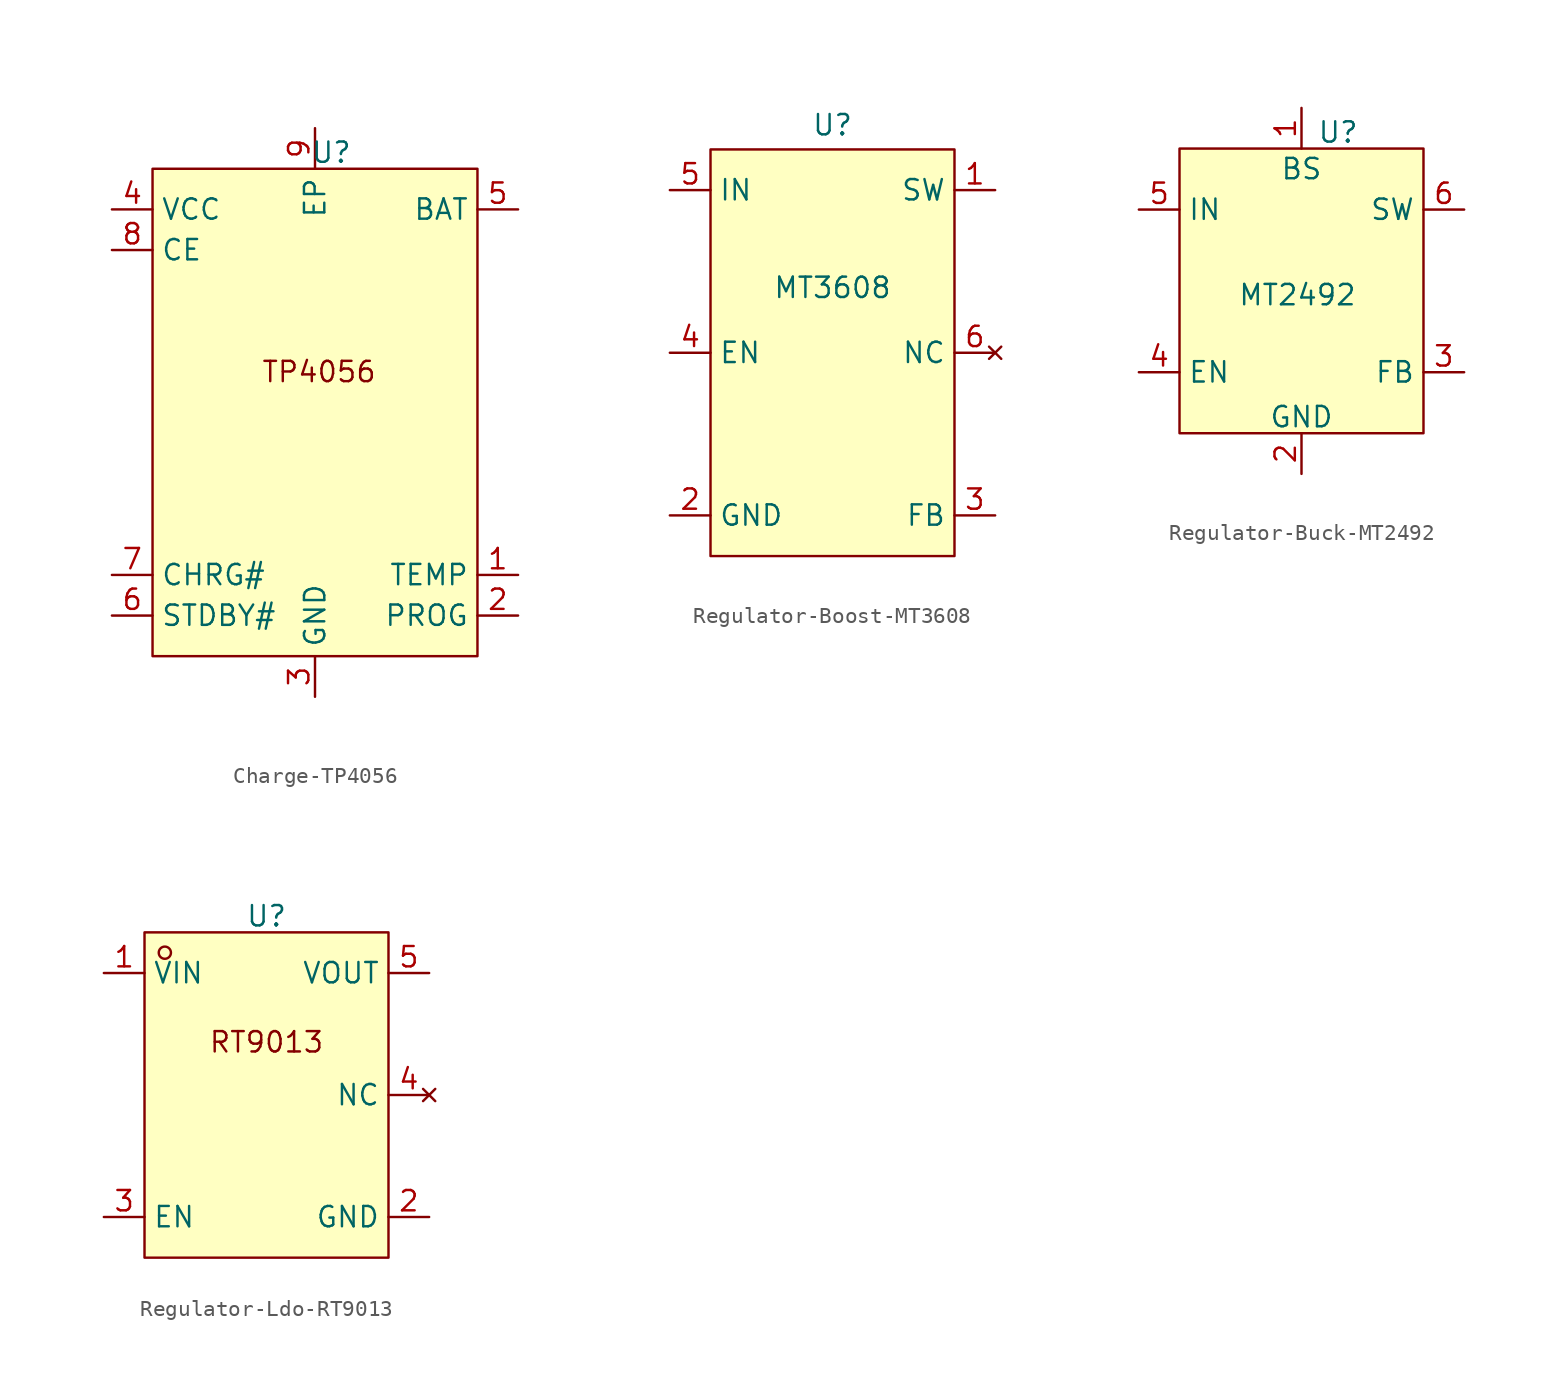
<source format=kicad_sym>
(kicad_symbol_lib
  (version 20241209)
  (generator "kicad_symbol_editor")
  (generator_version "9.0")
  (symbol "Charge-TP4056"
    (property "Reference" "U"
      (at 1.016 8.636 0)
      (effects (font (size 1.27 1.27))))
    (property "Value" ""
      (at 0 0 0)
      (effects (font (size 1.27 1.27))))
    (symbol "Charge-TP4056_1_0"
      (rectangle (start -10.16 7.62) (end 10.16 -22.86) (stroke (width 0) (type default)) (fill (type background)))
      (pin unspecified line (at -12.7 5.08 0) (length 2.54) (name "VCC" (effects (font (size 1.27 1.27)))) (number "4" (effects (font (size 1.27 1.27)))))
      (pin unspecified line (at -12.7 2.54 0) (length 2.54) (name "CE" (effects (font (size 1.27 1.27)))) (number "8" (effects (font (size 1.27 1.27)))))
      (pin unspecified line (at -12.7 -17.78 0) (length 2.54) (name "CHRG#" (effects (font (size 1.27 1.27)))) (number "7" (effects (font (size 1.27 1.27)))))
      (pin unspecified line (at -12.7 -20.32 0) (length 2.54) (name "STDBY#" (effects (font (size 1.27 1.27)))) (number "6" (effects (font (size 1.27 1.27)))))
      (pin unspecified line (at 0 10.16 270) (length 2.54) (name "EP" (effects (font (size 1.27 1.27)))) (number "9" (effects (font (size 1.27 1.27)))))
      (pin unspecified line (at 0 -25.4 90) (length 2.54) (name "GND" (effects (font (size 1.27 1.27)))) (number "3" (effects (font (size 1.27 1.27)))))
      (pin unspecified line (at 12.7 5.08 180) (length 2.54) (name "BAT" (effects (font (size 1.27 1.27)))) (number "5" (effects (font (size 1.27 1.27)))))
      (pin unspecified line (at 12.7 -17.78 180) (length 2.54) (name "TEMP" (effects (font (size 1.27 1.27)))) (number "1" (effects (font (size 1.27 1.27)))))
      (pin unspecified line (at 12.7 -20.32 180) (length 2.54) (name "PROG" (effects (font (size 1.27 1.27)))) (number "2" (effects (font (size 1.27 1.27))))))
    (symbol "Charge-TP4056_1_1"
      (text "TP4056" (at 0.254 -5.08 0) (effects (font (size 1.27 1.27))))))
  (symbol "Regulator-Boost-MT3608"
    (property "Reference" "U"
      (at 0 6.604 0)
      (effects (font (size 1.27 1.27))))
    (property "Value" ""
      (at 0 0 0)
      (effects (font (size 1.27 1.27))))
    (symbol "Regulator-Boost-MT3608_1_0"
      (rectangle (start -7.62 5.08) (end 7.62 -20.32) (stroke (width 0) (type default)) (fill (type background)))
      (pin passive line (at -10.16 2.54 0) (length 2.54) (name "IN" (effects (font (size 1.27 1.27)))) (number "5" (effects (font (size 1.27 1.27)))))
      (pin passive line (at -10.16 -7.62 0) (length 2.54) (name "EN" (effects (font (size 1.27 1.27)))) (number "4" (effects (font (size 1.27 1.27)))))
      (pin passive line (at -10.16 -17.78 0) (length 2.54) (name "GND" (effects (font (size 1.27 1.27)))) (number "2" (effects (font (size 1.27 1.27)))))
      (pin passive line (at 10.16 2.54 180) (length 2.54) (name "SW" (effects (font (size 1.27 1.27)))) (number "1" (effects (font (size 1.27 1.27)))))
      (pin no_connect line (at 10.16 -7.62 180) (length 2.54) (name "NC" (effects (font (size 1.27 1.27)))) (number "6" (effects (font (size 1.27 1.27)))))
      (pin passive line (at 10.16 -17.78 180) (length 2.54) (name "FB" (effects (font (size 1.27 1.27)))) (number "3" (effects (font (size 1.27 1.27))))))
    (symbol "Regulator-Boost-MT3608_1_1"
      (text "MT3608" (at 0 -3.556 0) (effects (font (size 1.27 1.27) (color 0 100 100 1))))))
  (symbol "Regulator-Buck-MT2492"
    (property "Reference" "U"
      (at 2.286 7.366 0)
      (effects (font (size 1.27 1.27))))
    (property "Value" ""
      (at 0 0 0)
      (effects (font (size 1.27 1.27))))
    (symbol "Regulator-Buck-MT2492_1_0"
      (rectangle (start -7.62 6.35) (end 7.62 -11.43) (stroke (width 0) (type default)) (fill (type background)))
      (pin passive line (at -10.16 2.54 0) (length 2.54) (name "IN" (effects (font (size 1.27 1.27)))) (number "5" (effects (font (size 1.27 1.27)))))
      (pin passive line (at -10.16 -7.62 0) (length 2.54) (name "EN" (effects (font (size 1.27 1.27)))) (number "4" (effects (font (size 1.27 1.27)))))
      (pin passive line (at 0 8.89 270) (length 2.54) (name "" (effects (font (size 1.27 1.27)))) (number "1" (effects (font (size 1.27 1.27)))))
      (pin passive line (at 0 -13.97 90) (length 2.54) (name "" (effects (font (size 1.27 1.27)))) (number "2" (effects (font (size 1.27 1.27)))))
      (pin passive line (at 10.16 2.54 180) (length 2.54) (name "SW" (effects (font (size 1.27 1.27)))) (number "6" (effects (font (size 1.27 1.27)))))
      (pin passive line (at 10.16 -7.62 180) (length 2.54) (name "FB" (effects (font (size 1.27 1.27)))) (number "3" (effects (font (size 1.27 1.27))))))
    (symbol "Regulator-Buck-MT2492_1_1"
      (text "MT2492" (at -0.254 -2.794 0) (effects (font (size 1.27 1.27) (color 0 100 100 1))))
      (text "BS" (at 0 5.08 0) (effects (font (size 1.27 1.27) (color 0 100 100 1))))
      (text "GND" (at 0 -10.414 0) (effects (font (size 1.27 1.27) (color 0 100 100 1))))))
  (symbol "Regulator-Ldo-RT9013"
    (property "Reference" "U"
      (at 0 6.096 0)
      (effects (font (size 1.27 1.27))))
    (property "Value" ""
      (at 0 0 0)
      (effects (font (size 1.27 1.27))))
    (symbol "Regulator-Ldo-RT9013_1_0"
      (rectangle (start -7.62 5.08) (end 7.62 -15.24) (stroke (width 0) (type default)) (fill (type background)))
      (circle (center -6.35 3.81) (radius 0.381) (stroke (width 0) (type default)) (fill (type none)))
      (pin passive line (at -10.16 2.54 0) (length 2.54) (name "VIN" (effects (font (size 1.27 1.27)))) (number "1" (effects (font (size 1.27 1.27)))))
      (pin passive line (at -10.16 -12.7 0) (length 2.54) (name "EN" (effects (font (size 1.27 1.27)))) (number "3" (effects (font (size 1.27 1.27)))))
      (pin passive line (at 10.16 2.54 180) (length 2.54) (name "VOUT" (effects (font (size 1.27 1.27)))) (number "5" (effects (font (size 1.27 1.27)))))
      (pin no_connect line (at 10.16 -5.08 180) (length 2.54) (name "NC" (effects (font (size 1.27 1.27)))) (number "4" (effects (font (size 1.27 1.27)))))
      (pin passive line (at 10.16 -12.7 180) (length 2.54) (name "GND" (effects (font (size 1.27 1.27)))) (number "2" (effects (font (size 1.27 1.27))))))
    (symbol "Regulator-Ldo-RT9013_1_1"
      (text "RT9013" (at 0 -1.778 0) (effects (font (size 1.27 1.27)))))))
</source>
